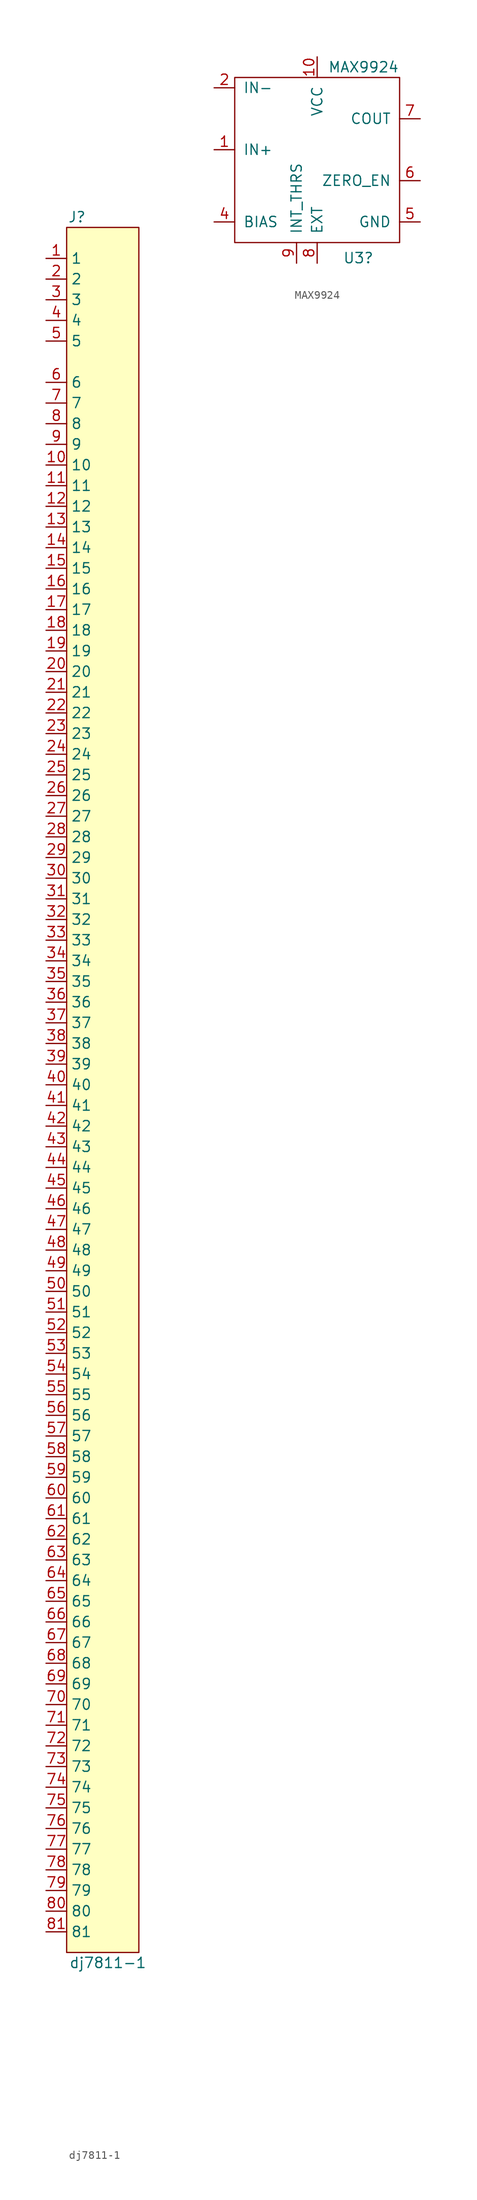
<source format=kicad_sym>
(kicad_symbol_lib
  (version 20211014)
  (generator kicad_symbol_editor)
  (symbol "dj7811-1"
    (property "Reference" "J"
      (at 3.81 5.08 0)
      (effects (font (size 1.27 1.27))))
    (property "Value" "dj7811-1"
      (at 7.62 -209.55 0)
      (effects (font (size 1.27 1.27))))
    (symbol "dj7811-1_1_1"
      (rectangle (start 2.54 3.81) (end 11.43 -208.28) (stroke (width 0.152) (type default) (color 0 0 0 0)) (fill (type background)))
      (pin input line (at 0 0 0) (length 2.54) (name "1" (effects (font (size 1.27 1.27)))) (number "1" (effects (font (size 1.27 1.27)))))
      (pin input line (at 0 -25.4 0) (length 2.54) (name "10" (effects (font (size 1.27 1.27)))) (number "10" (effects (font (size 1.27 1.27)))))
      (pin input line (at 0 -27.94 0) (length 2.54) (name "11" (effects (font (size 1.27 1.27)))) (number "11" (effects (font (size 1.27 1.27)))))
      (pin input line (at 0 -30.48 0) (length 2.54) (name "12" (effects (font (size 1.27 1.27)))) (number "12" (effects (font (size 1.27 1.27)))))
      (pin input line (at 0 -33.02 0) (length 2.54) (name "13" (effects (font (size 1.27 1.27)))) (number "13" (effects (font (size 1.27 1.27)))))
      (pin input line (at 0 -35.56 0) (length 2.54) (name "14" (effects (font (size 1.27 1.27)))) (number "14" (effects (font (size 1.27 1.27)))))
      (pin input line (at 0 -38.1 0) (length 2.54) (name "15" (effects (font (size 1.27 1.27)))) (number "15" (effects (font (size 1.27 1.27)))))
      (pin input line (at 0 -40.64 0) (length 2.54) (name "16" (effects (font (size 1.27 1.27)))) (number "16" (effects (font (size 1.27 1.27)))))
      (pin input line (at 0 -43.18 0) (length 2.54) (name "17" (effects (font (size 1.27 1.27)))) (number "17" (effects (font (size 1.27 1.27)))))
      (pin input line (at 0 -45.72 0) (length 2.54) (name "18" (effects (font (size 1.27 1.27)))) (number "18" (effects (font (size 1.27 1.27)))))
      (pin input line (at 0 -48.26 0) (length 2.54) (name "19" (effects (font (size 1.27 1.27)))) (number "19" (effects (font (size 1.27 1.27)))))
      (pin input line (at 0 -2.54 0) (length 2.54) (name "2" (effects (font (size 1.27 1.27)))) (number "2" (effects (font (size 1.27 1.27)))))
      (pin input line (at 0 -50.8 0) (length 2.54) (name "20" (effects (font (size 1.27 1.27)))) (number "20" (effects (font (size 1.27 1.27)))))
      (pin input line (at 0 -53.34 0) (length 2.54) (name "21" (effects (font (size 1.27 1.27)))) (number "21" (effects (font (size 1.27 1.27)))))
      (pin input line (at 0 -55.88 0) (length 2.54) (name "22" (effects (font (size 1.27 1.27)))) (number "22" (effects (font (size 1.27 1.27)))))
      (pin input line (at 0 -58.42 0) (length 2.54) (name "23" (effects (font (size 1.27 1.27)))) (number "23" (effects (font (size 1.27 1.27)))))
      (pin input line (at 0 -60.96 0) (length 2.54) (name "24" (effects (font (size 1.27 1.27)))) (number "24" (effects (font (size 1.27 1.27)))))
      (pin input line (at 0 -63.5 0) (length 2.54) (name "25" (effects (font (size 1.27 1.27)))) (number "25" (effects (font (size 1.27 1.27)))))
      (pin input line (at 0 -66.04 0) (length 2.54) (name "26" (effects (font (size 1.27 1.27)))) (number "26" (effects (font (size 1.27 1.27)))))
      (pin input line (at 0 -68.58 0) (length 2.54) (name "27" (effects (font (size 1.27 1.27)))) (number "27" (effects (font (size 1.27 1.27)))))
      (pin input line (at 0 -71.12 0) (length 2.54) (name "28" (effects (font (size 1.27 1.27)))) (number "28" (effects (font (size 1.27 1.27)))))
      (pin input line (at 0 -73.66 0) (length 2.54) (name "29" (effects (font (size 1.27 1.27)))) (number "29" (effects (font (size 1.27 1.27)))))
      (pin input line (at 0 -5.08 0) (length 2.54) (name "3" (effects (font (size 1.27 1.27)))) (number "3" (effects (font (size 1.27 1.27)))))
      (pin input line (at 0 -76.2 0) (length 2.54) (name "30" (effects (font (size 1.27 1.27)))) (number "30" (effects (font (size 1.27 1.27)))))
      (pin input line (at 0 -78.74 0) (length 2.54) (name "31" (effects (font (size 1.27 1.27)))) (number "31" (effects (font (size 1.27 1.27)))))
      (pin input line (at 0 -81.28 0) (length 2.54) (name "32" (effects (font (size 1.27 1.27)))) (number "32" (effects (font (size 1.27 1.27)))))
      (pin input line (at 0 -83.82 0) (length 2.54) (name "33" (effects (font (size 1.27 1.27)))) (number "33" (effects (font (size 1.27 1.27)))))
      (pin input line (at 0 -86.36 0) (length 2.54) (name "34" (effects (font (size 1.27 1.27)))) (number "34" (effects (font (size 1.27 1.27)))))
      (pin input line (at 0 -88.9 0) (length 2.54) (name "35" (effects (font (size 1.27 1.27)))) (number "35" (effects (font (size 1.27 1.27)))))
      (pin input line (at 0 -91.44 0) (length 2.54) (name "36" (effects (font (size 1.27 1.27)))) (number "36" (effects (font (size 1.27 1.27)))))
      (pin input line (at 0 -93.98 0) (length 2.54) (name "37" (effects (font (size 1.27 1.27)))) (number "37" (effects (font (size 1.27 1.27)))))
      (pin input line (at 0 -96.52 0) (length 2.54) (name "38" (effects (font (size 1.27 1.27)))) (number "38" (effects (font (size 1.27 1.27)))))
      (pin input line (at 0 -99.06 0) (length 2.54) (name "39" (effects (font (size 1.27 1.27)))) (number "39" (effects (font (size 1.27 1.27)))))
      (pin input line (at 0 -7.62 0) (length 2.54) (name "4" (effects (font (size 1.27 1.27)))) (number "4" (effects (font (size 1.27 1.27)))))
      (pin input line (at 0 -101.6 0) (length 2.54) (name "40" (effects (font (size 1.27 1.27)))) (number "40" (effects (font (size 1.27 1.27)))))
      (pin input line (at 0 -104.14 0) (length 2.54) (name "41" (effects (font (size 1.27 1.27)))) (number "41" (effects (font (size 1.27 1.27)))))
      (pin input line (at 0 -106.68 0) (length 2.54) (name "42" (effects (font (size 1.27 1.27)))) (number "42" (effects (font (size 1.27 1.27)))))
      (pin input line (at 0 -109.22 0) (length 2.54) (name "43" (effects (font (size 1.27 1.27)))) (number "43" (effects (font (size 1.27 1.27)))))
      (pin input line (at 0 -111.76 0) (length 2.54) (name "44" (effects (font (size 1.27 1.27)))) (number "44" (effects (font (size 1.27 1.27)))))
      (pin input line (at 0 -114.3 0) (length 2.54) (name "45" (effects (font (size 1.27 1.27)))) (number "45" (effects (font (size 1.27 1.27)))))
      (pin input line (at 0 -116.84 0) (length 2.54) (name "46" (effects (font (size 1.27 1.27)))) (number "46" (effects (font (size 1.27 1.27)))))
      (pin input line (at 0 -119.38 0) (length 2.54) (name "47" (effects (font (size 1.27 1.27)))) (number "47" (effects (font (size 1.27 1.27)))))
      (pin input line (at 0 -121.92 0) (length 2.54) (name "48" (effects (font (size 1.27 1.27)))) (number "48" (effects (font (size 1.27 1.27)))))
      (pin input line (at 0 -124.46 0) (length 2.54) (name "49" (effects (font (size 1.27 1.27)))) (number "49" (effects (font (size 1.27 1.27)))))
      (pin input line (at 0 -10.16 0) (length 2.54) (name "5" (effects (font (size 1.27 1.27)))) (number "5" (effects (font (size 1.27 1.27)))))
      (pin input line (at 0 -127 0) (length 2.54) (name "50" (effects (font (size 1.27 1.27)))) (number "50" (effects (font (size 1.27 1.27)))))
      (pin input line (at 0 -129.54 0) (length 2.54) (name "51" (effects (font (size 1.27 1.27)))) (number "51" (effects (font (size 1.27 1.27)))))
      (pin input line (at 0 -132.08 0) (length 2.54) (name "52" (effects (font (size 1.27 1.27)))) (number "52" (effects (font (size 1.27 1.27)))))
      (pin input line (at 0 -134.62 0) (length 2.54) (name "53" (effects (font (size 1.27 1.27)))) (number "53" (effects (font (size 1.27 1.27)))))
      (pin input line (at 0 -137.16 0) (length 2.54) (name "54" (effects (font (size 1.27 1.27)))) (number "54" (effects (font (size 1.27 1.27)))))
      (pin input line (at 0 -139.7 0) (length 2.54) (name "55" (effects (font (size 1.27 1.27)))) (number "55" (effects (font (size 1.27 1.27)))))
      (pin input line (at 0 -142.24 0) (length 2.54) (name "56" (effects (font (size 1.27 1.27)))) (number "56" (effects (font (size 1.27 1.27)))))
      (pin input line (at 0 -144.78 0) (length 2.54) (name "57" (effects (font (size 1.27 1.27)))) (number "57" (effects (font (size 1.27 1.27)))))
      (pin input line (at 0 -147.32 0) (length 2.54) (name "58" (effects (font (size 1.27 1.27)))) (number "58" (effects (font (size 1.27 1.27)))))
      (pin input line (at 0 -149.86 0) (length 2.54) (name "59" (effects (font (size 1.27 1.27)))) (number "59" (effects (font (size 1.27 1.27)))))
      (pin input line (at 0 -15.24 0) (length 2.54) (name "6" (effects (font (size 1.27 1.27)))) (number "6" (effects (font (size 1.27 1.27)))))
      (pin input line (at 0 -152.4 0) (length 2.54) (name "60" (effects (font (size 1.27 1.27)))) (number "60" (effects (font (size 1.27 1.27)))))
      (pin input line (at 0 -154.94 0) (length 2.54) (name "61" (effects (font (size 1.27 1.27)))) (number "61" (effects (font (size 1.27 1.27)))))
      (pin input line (at 0 -157.48 0) (length 2.54) (name "62" (effects (font (size 1.27 1.27)))) (number "62" (effects (font (size 1.27 1.27)))))
      (pin input line (at 0 -160.02 0) (length 2.54) (name "63" (effects (font (size 1.27 1.27)))) (number "63" (effects (font (size 1.27 1.27)))))
      (pin input line (at 0 -162.56 0) (length 2.54) (name "64" (effects (font (size 1.27 1.27)))) (number "64" (effects (font (size 1.27 1.27)))))
      (pin input line (at 0 -165.1 0) (length 2.54) (name "65" (effects (font (size 1.27 1.27)))) (number "65" (effects (font (size 1.27 1.27)))))
      (pin input line (at 0 -167.64 0) (length 2.54) (name "66" (effects (font (size 1.27 1.27)))) (number "66" (effects (font (size 1.27 1.27)))))
      (pin input line (at 0 -170.18 0) (length 2.54) (name "67" (effects (font (size 1.27 1.27)))) (number "67" (effects (font (size 1.27 1.27)))))
      (pin input line (at 0 -172.72 0) (length 2.54) (name "68" (effects (font (size 1.27 1.27)))) (number "68" (effects (font (size 1.27 1.27)))))
      (pin input line (at 0 -175.26 0) (length 2.54) (name "69" (effects (font (size 1.27 1.27)))) (number "69" (effects (font (size 1.27 1.27)))))
      (pin input line (at 0 -17.78 0) (length 2.54) (name "7" (effects (font (size 1.27 1.27)))) (number "7" (effects (font (size 1.27 1.27)))))
      (pin input line (at 0 -177.8 0) (length 2.54) (name "70" (effects (font (size 1.27 1.27)))) (number "70" (effects (font (size 1.27 1.27)))))
      (pin input line (at 0 -180.34 0) (length 2.54) (name "71" (effects (font (size 1.27 1.27)))) (number "71" (effects (font (size 1.27 1.27)))))
      (pin input line (at 0 -182.88 0) (length 2.54) (name "72" (effects (font (size 1.27 1.27)))) (number "72" (effects (font (size 1.27 1.27)))))
      (pin input line (at 0 -185.42 0) (length 2.54) (name "73" (effects (font (size 1.27 1.27)))) (number "73" (effects (font (size 1.27 1.27)))))
      (pin input line (at 0 -187.96 0) (length 2.54) (name "74" (effects (font (size 1.27 1.27)))) (number "74" (effects (font (size 1.27 1.27)))))
      (pin input line (at 0 -190.5 0) (length 2.54) (name "75" (effects (font (size 1.27 1.27)))) (number "75" (effects (font (size 1.27 1.27)))))
      (pin input line (at 0 -193.04 0) (length 2.54) (name "76" (effects (font (size 1.27 1.27)))) (number "76" (effects (font (size 1.27 1.27)))))
      (pin input line (at 0 -195.58 0) (length 2.54) (name "77" (effects (font (size 1.27 1.27)))) (number "77" (effects (font (size 1.27 1.27)))))
      (pin input line (at 0 -198.12 0) (length 2.54) (name "78" (effects (font (size 1.27 1.27)))) (number "78" (effects (font (size 1.27 1.27)))))
      (pin input line (at 0 -200.66 0) (length 2.54) (name "79" (effects (font (size 1.27 1.27)))) (number "79" (effects (font (size 1.27 1.27)))))
      (pin input line (at 0 -20.32 0) (length 2.54) (name "8" (effects (font (size 1.27 1.27)))) (number "8" (effects (font (size 1.27 1.27)))))
      (pin input line (at 0 -203.2 0) (length 2.54) (name "80" (effects (font (size 1.27 1.27)))) (number "80" (effects (font (size 1.27 1.27)))))
      (pin input line (at 0 -205.74 0) (length 2.54) (name "81" (effects (font (size 1.27 1.27)))) (number "81" (effects (font (size 1.27 1.27)))))
      (pin input line (at 0 -22.86 0) (length 2.54) (name "9" (effects (font (size 1.27 1.27)))) (number "9" (effects (font (size 1.27 1.27)))))))
  (symbol "MAX9924"
    (pin_names
      (offset 1.016))
    (property "Reference" "U3"
      (at 5.08 -12.065 0)
      (effects (font (size 1.27 1.27))))
    (property "Value" "MAX9924"
      (at 5.715 11.43 0)
      (effects (font (size 1.27 1.27))))
    (symbol "MAX9924_0_1"
      (rectangle (start -10.16 10.16) (end 10.16 -10.16) (stroke (width 0) (type default) (color 0 0 0 0)) (fill (type none))))
    (symbol "MAX9924_1_1"
      (pin input line (at -12.7 1.27 0) (length 2.54) (name "IN+" (effects (font (size 1.27 1.27)))) (number "1" (effects (font (size 1.27 1.27)))))
      (pin power_in line (at 0 12.7 270) (length 2.54) (name "VCC" (effects (font (size 1.27 1.27)))) (number "10" (effects (font (size 1.27 1.27)))))
      (pin input line (at -12.7 8.89 0) (length 2.54) (name "IN-" (effects (font (size 1.27 1.27)))) (number "2" (effects (font (size 1.27 1.27)))))
      (pin no_connect line (at 0 -5.08 0) (length 2.54) hide (name "~" (effects (font (size 1.27 1.27)))) (number "3" (effects (font (size 1.27 1.27)))))
      (pin input line (at -12.7 -7.62 0) (length 2.54) (name "BIAS" (effects (font (size 1.27 1.27)))) (number "4" (effects (font (size 1.27 1.27)))))
      (pin power_in line (at 12.7 -7.62 180) (length 2.54) (name "GND" (effects (font (size 1.27 1.27)))) (number "5" (effects (font (size 1.27 1.27)))))
      (pin input line (at 12.7 -2.54 180) (length 2.54) (name "ZERO_EN" (effects (font (size 1.27 1.27)))) (number "6" (effects (font (size 1.27 1.27)))))
      (pin output line (at 12.7 5.08 180) (length 2.54) (name "COUT" (effects (font (size 1.27 1.27)))) (number "7" (effects (font (size 1.27 1.27)))))
      (pin input line (at 0 -12.7 90) (length 2.54) (name "EXT" (effects (font (size 1.27 1.27)))) (number "8" (effects (font (size 1.27 1.27)))))
      (pin input line (at -2.54 -12.7 90) (length 2.54) (name "INT_THRS" (effects (font (size 1.27 1.27)))) (number "9" (effects (font (size 1.27 1.27))))))))
</source>
